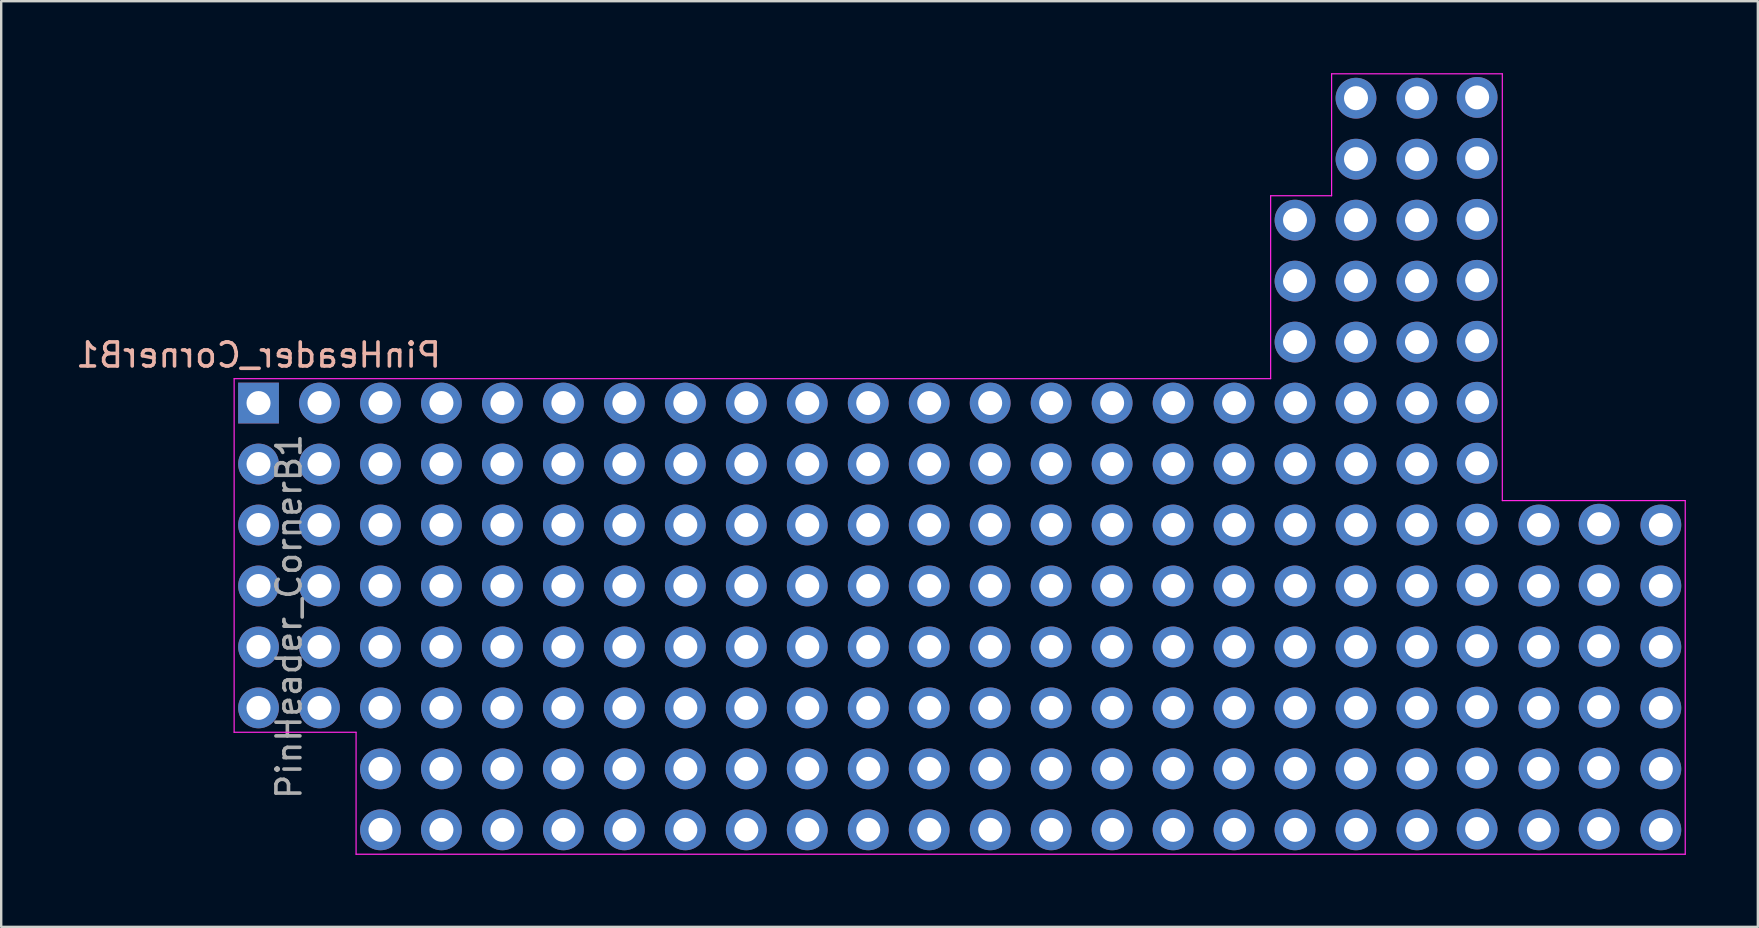
<source format=kicad_pcb>
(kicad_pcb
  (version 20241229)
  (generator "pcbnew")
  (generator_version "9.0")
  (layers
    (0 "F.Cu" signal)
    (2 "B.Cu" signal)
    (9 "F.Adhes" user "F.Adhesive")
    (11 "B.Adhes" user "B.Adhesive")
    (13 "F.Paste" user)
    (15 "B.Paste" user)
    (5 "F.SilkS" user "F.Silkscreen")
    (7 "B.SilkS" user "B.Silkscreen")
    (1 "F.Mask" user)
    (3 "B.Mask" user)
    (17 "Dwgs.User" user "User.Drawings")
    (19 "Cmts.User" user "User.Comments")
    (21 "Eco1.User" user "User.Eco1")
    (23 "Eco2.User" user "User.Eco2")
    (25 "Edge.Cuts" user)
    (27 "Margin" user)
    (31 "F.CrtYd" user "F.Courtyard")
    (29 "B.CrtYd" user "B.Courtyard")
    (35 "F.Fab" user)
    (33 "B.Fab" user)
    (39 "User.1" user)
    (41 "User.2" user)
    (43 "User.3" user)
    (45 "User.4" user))
  (footprint "PinHeader_CornerB1"
    (layer "F.Cu")
    (at 7.72 13.741)
    (property "Reference" "PinHeader_CornerB1" (at 0 -2 0) (layer "B.SilkS") (effects (font (size 1 1) (thickness 0.15)) (justify mirror)))
    (attr through_hole exclude_from_bom)
    (fp_line (start -1.016 -1.016) (end 42.164 -1.016) (stroke (width 0.05) (type default)) (layer "F.CrtYd"))
    (fp_line (start -1.016 13.716) (end -1.016 -1.016) (stroke (width 0.05) (type default)) (layer "F.CrtYd"))
    (fp_line (start 4.064 13.716) (end -1.016 13.716) (stroke (width 0.05) (type default)) (layer "F.CrtYd"))
    (fp_line (start 4.064 18.796) (end 4.064 13.716) (stroke (width 0.05) (type default)) (layer "F.CrtYd"))
    (fp_line (start 42.164 -8.636) (end 44.704 -8.636) (stroke (width 0.05) (type default)) (layer "F.CrtYd"))
    (fp_line (start 42.164 -1.016) (end 42.164 -8.636) (stroke (width 0.05) (type default)) (layer "F.CrtYd"))
    (fp_line (start 44.704 -13.716) (end 51.816 -13.716) (stroke (width 0.05) (type default)) (layer "F.CrtYd"))
    (fp_line (start 44.704 -8.636) (end 44.704 -13.716) (stroke (width 0.05) (type default)) (layer "F.CrtYd"))
    (fp_line (start 51.816 -13.716) (end 51.816 4.064) (stroke (width 0.05) (type default)) (layer "F.CrtYd"))
    (fp_line (start 51.816 4.064) (end 59.436 4.064) (stroke (width 0.05) (type default)) (layer "F.CrtYd"))
    (fp_line (start 59.436 4.064) (end 59.436 18.796) (stroke (width 0.05) (type default)) (layer "F.CrtYd"))
    (fp_line (start 59.436 18.796) (end 4.064 18.796) (stroke (width 0.05) (type default)) (layer "F.CrtYd"))
    (fp_text user "${REFERENCE}" (at 1.27 8.89 270) (layer "F.Fab") (effects (font (size 1 1) (thickness 0.15))))
    (pad "1" thru_hole rect (at 0 0) (size 1.7 1.7) (drill 1) (layers "*.Cu" "*.Mask"))
    (pad "2" thru_hole oval (at 0 2.54) (size 1.7 1.7) (drill 1) (layers "*.Cu" "*.Mask"))
    (pad "3" thru_hole oval (at 0 5.08) (size 1.7 1.7) (drill 1) (layers "*.Cu" "*.Mask"))
    (pad "4" thru_hole oval (at 0 7.62) (size 1.7 1.7) (drill 1) (layers "*.Cu" "*.Mask"))
    (pad "5" thru_hole oval (at 0 10.16) (size 1.7 1.7) (drill 1) (layers "*.Cu" "*.Mask"))
    (pad "6" thru_hole oval (at 0 12.7) (size 1.7 1.7) (drill 1) (layers "*.Cu" "*.Mask"))
    (pad "7" thru_hole oval (at 2.54 0) (size 1.7 1.7) (drill 1) (layers "*.Cu" "*.Mask"))
    (pad "8" thru_hole oval (at 2.54 2.54) (size 1.7 1.7) (drill 1) (layers "*.Cu" "*.Mask"))
    (pad "9" thru_hole oval (at 2.54 5.08) (size 1.7 1.7) (drill 1) (layers "*.Cu" "*.Mask"))
    (pad "10" thru_hole oval (at 2.54 7.62) (size 1.7 1.7) (drill 1) (layers "*.Cu" "*.Mask"))
    (pad "11" thru_hole oval (at 2.54 10.16) (size 1.7 1.7) (drill 1) (layers "*.Cu" "*.Mask"))
    (pad "12" thru_hole oval (at 2.54 12.7) (size 1.7 1.7) (drill 1) (layers "*.Cu" "*.Mask"))
    (pad "13" thru_hole oval (at 5.08 0) (size 1.7 1.7) (drill 1) (layers "*.Cu" "*.Mask"))
    (pad "14" thru_hole oval (at 5.08 2.54) (size 1.7 1.7) (drill 1) (layers "*.Cu" "*.Mask"))
    (pad "15" thru_hole oval (at 5.08 5.08) (size 1.7 1.7) (drill 1) (layers "*.Cu" "*.Mask"))
    (pad "16" thru_hole oval (at 5.08 7.62) (size 1.7 1.7) (drill 1) (layers "*.Cu" "*.Mask"))
    (pad "17" thru_hole oval (at 5.08 10.16) (size 1.7 1.7) (drill 1) (layers "*.Cu" "*.Mask"))
    (pad "18" thru_hole oval (at 5.08 12.7) (size 1.7 1.7) (drill 1) (layers "*.Cu" "*.Mask"))
    (pad "19" thru_hole oval (at 5.08 15.24) (size 1.7 1.7) (drill 1) (layers "*.Cu" "*.Mask"))
    (pad "20" thru_hole oval (at 5.08 17.78) (size 1.7 1.7) (drill 1) (layers "*.Cu" "*.Mask"))
    (pad "21" thru_hole oval (at 7.62 0) (size 1.7 1.7) (drill 1) (layers "*.Cu" "*.Mask"))
    (pad "22" thru_hole oval (at 7.62 2.54) (size 1.7 1.7) (drill 1) (layers "*.Cu" "*.Mask"))
    (pad "23" thru_hole oval (at 7.62 5.08) (size 1.7 1.7) (drill 1) (layers "*.Cu" "*.Mask"))
    (pad "24" thru_hole oval (at 7.62 7.62) (size 1.7 1.7) (drill 1) (layers "*.Cu" "*.Mask"))
    (pad "25" thru_hole oval (at 7.62 10.16) (size 1.7 1.7) (drill 1) (layers "*.Cu" "*.Mask"))
    (pad "26" thru_hole oval (at 7.62 12.7) (size 1.7 1.7) (drill 1) (layers "*.Cu" "*.Mask"))
    (pad "27" thru_hole oval (at 7.62 15.24) (size 1.7 1.7) (drill 1) (layers "*.Cu" "*.Mask"))
    (pad "28" thru_hole oval (at 7.62 17.78) (size 1.7 1.7) (drill 1) (layers "*.Cu" "*.Mask"))
    (pad "29" thru_hole oval (at 10.16 0) (size 1.7 1.7) (drill 1) (layers "*.Cu" "*.Mask"))
    (pad "30" thru_hole oval (at 10.16 2.54) (size 1.7 1.7) (drill 1) (layers "*.Cu" "*.Mask"))
    (pad "31" thru_hole oval (at 10.16 5.08) (size 1.7 1.7) (drill 1) (layers "*.Cu" "*.Mask"))
    (pad "32" thru_hole oval (at 10.16 7.62) (size 1.7 1.7) (drill 1) (layers "*.Cu" "*.Mask"))
    (pad "33" thru_hole oval (at 10.16 10.16) (size 1.7 1.7) (drill 1) (layers "*.Cu" "*.Mask"))
    (pad "34" thru_hole oval (at 10.16 12.7) (size 1.7 1.7) (drill 1) (layers "*.Cu" "*.Mask"))
    (pad "35" thru_hole oval (at 10.16 15.24) (size 1.7 1.7) (drill 1) (layers "*.Cu" "*.Mask"))
    (pad "36" thru_hole oval (at 10.16 17.78) (size 1.7 1.7) (drill 1) (layers "*.Cu" "*.Mask"))
    (pad "37" thru_hole oval (at 12.7 0) (size 1.7 1.7) (drill 1) (layers "*.Cu" "*.Mask"))
    (pad "38" thru_hole oval (at 12.7 2.54) (size 1.7 1.7) (drill 1) (layers "*.Cu" "*.Mask"))
    (pad "39" thru_hole oval (at 12.7 5.08) (size 1.7 1.7) (drill 1) (layers "*.Cu" "*.Mask"))
    (pad "40" thru_hole oval (at 12.7 7.62) (size 1.7 1.7) (drill 1) (layers "*.Cu" "*.Mask"))
    (pad "41" thru_hole oval (at 12.7 10.16) (size 1.7 1.7) (drill 1) (layers "*.Cu" "*.Mask"))
    (pad "42" thru_hole oval (at 12.7 12.7) (size 1.7 1.7) (drill 1) (layers "*.Cu" "*.Mask"))
    (pad "43" thru_hole oval (at 12.7 15.24) (size 1.7 1.7) (drill 1) (layers "*.Cu" "*.Mask"))
    (pad "44" thru_hole oval (at 12.7 17.78) (size 1.7 1.7) (drill 1) (layers "*.Cu" "*.Mask"))
    (pad "45" thru_hole oval (at 15.24 0) (size 1.7 1.7) (drill 1) (layers "*.Cu" "*.Mask"))
    (pad "46" thru_hole oval (at 15.24 2.54) (size 1.7 1.7) (drill 1) (layers "*.Cu" "*.Mask"))
    (pad "47" thru_hole oval (at 15.24 5.08) (size 1.7 1.7) (drill 1) (layers "*.Cu" "*.Mask"))
    (pad "48" thru_hole oval (at 15.24 7.62) (size 1.7 1.7) (drill 1) (layers "*.Cu" "*.Mask"))
    (pad "49" thru_hole oval (at 15.24 10.16) (size 1.7 1.7) (drill 1) (layers "*.Cu" "*.Mask"))
    (pad "50" thru_hole oval (at 15.24 12.7) (size 1.7 1.7) (drill 1) (layers "*.Cu" "*.Mask"))
    (pad "51" thru_hole oval (at 15.24 15.24) (size 1.7 1.7) (drill 1) (layers "*.Cu" "*.Mask"))
    (pad "52" thru_hole oval (at 15.24 17.78) (size 1.7 1.7) (drill 1) (layers "*.Cu" "*.Mask"))
    (pad "53" thru_hole oval (at 17.78 0) (size 1.7 1.7) (drill 1) (layers "*.Cu" "*.Mask"))
    (pad "54" thru_hole oval (at 17.78 2.54) (size 1.7 1.7) (drill 1) (layers "*.Cu" "*.Mask"))
    (pad "55" thru_hole oval (at 17.78 5.08) (size 1.7 1.7) (drill 1) (layers "*.Cu" "*.Mask"))
    (pad "56" thru_hole oval (at 17.78 7.62) (size 1.7 1.7) (drill 1) (layers "*.Cu" "*.Mask"))
    (pad "57" thru_hole oval (at 17.78 10.16) (size 1.7 1.7) (drill 1) (layers "*.Cu" "*.Mask"))
    (pad "58" thru_hole oval (at 17.78 12.7) (size 1.7 1.7) (drill 1) (layers "*.Cu" "*.Mask"))
    (pad "59" thru_hole oval (at 17.78 15.24) (size 1.7 1.7) (drill 1) (layers "*.Cu" "*.Mask"))
    (pad "60" thru_hole oval (at 17.78 17.78) (size 1.7 1.7) (drill 1) (layers "*.Cu" "*.Mask"))
    (pad "61" thru_hole oval (at 20.32 0) (size 1.7 1.7) (drill 1) (layers "*.Cu" "*.Mask"))
    (pad "62" thru_hole oval (at 20.32 2.54) (size 1.7 1.7) (drill 1) (layers "*.Cu" "*.Mask"))
    (pad "63" thru_hole oval (at 20.32 5.08) (size 1.7 1.7) (drill 1) (layers "*.Cu" "*.Mask"))
    (pad "64" thru_hole oval (at 20.32 7.62) (size 1.7 1.7) (drill 1) (layers "*.Cu" "*.Mask"))
    (pad "65" thru_hole oval (at 20.32 10.16) (size 1.7 1.7) (drill 1) (layers "*.Cu" "*.Mask"))
    (pad "66" thru_hole oval (at 20.32 12.7) (size 1.7 1.7) (drill 1) (layers "*.Cu" "*.Mask"))
    (pad "67" thru_hole oval (at 20.32 15.24) (size 1.7 1.7) (drill 1) (layers "*.Cu" "*.Mask"))
    (pad "68" thru_hole oval (at 20.32 17.78) (size 1.7 1.7) (drill 1) (layers "*.Cu" "*.Mask"))
    (pad "69" thru_hole oval (at 22.86 0) (size 1.7 1.7) (drill 1) (layers "*.Cu" "*.Mask"))
    (pad "70" thru_hole oval (at 22.86 2.54) (size 1.7 1.7) (drill 1) (layers "*.Cu" "*.Mask"))
    (pad "71" thru_hole oval (at 22.86 5.08) (size 1.7 1.7) (drill 1) (layers "*.Cu" "*.Mask"))
    (pad "72" thru_hole oval (at 22.86 7.62) (size 1.7 1.7) (drill 1) (layers "*.Cu" "*.Mask"))
    (pad "73" thru_hole oval (at 22.86 10.16) (size 1.7 1.7) (drill 1) (layers "*.Cu" "*.Mask"))
    (pad "74" thru_hole oval (at 22.86 12.7) (size 1.7 1.7) (drill 1) (layers "*.Cu" "*.Mask"))
    (pad "75" thru_hole oval (at 22.86 15.24) (size 1.7 1.7) (drill 1) (layers "*.Cu" "*.Mask"))
    (pad "76" thru_hole oval (at 22.86 17.78) (size 1.7 1.7) (drill 1) (layers "*.Cu" "*.Mask"))
    (pad "77" thru_hole oval (at 25.4 0) (size 1.7 1.7) (drill 1) (layers "*.Cu" "*.Mask"))
    (pad "78" thru_hole oval (at 25.4 2.54) (size 1.7 1.7) (drill 1) (layers "*.Cu" "*.Mask"))
    (pad "79" thru_hole oval (at 25.4 5.08) (size 1.7 1.7) (drill 1) (layers "*.Cu" "*.Mask"))
    (pad "80" thru_hole oval (at 25.4 7.62) (size 1.7 1.7) (drill 1) (layers "*.Cu" "*.Mask"))
    (pad "81" thru_hole oval (at 25.4 10.16) (size 1.7 1.7) (drill 1) (layers "*.Cu" "*.Mask"))
    (pad "82" thru_hole oval (at 25.4 12.7) (size 1.7 1.7) (drill 1) (layers "*.Cu" "*.Mask"))
    (pad "83" thru_hole oval (at 25.4 15.24) (size 1.7 1.7) (drill 1) (layers "*.Cu" "*.Mask"))
    (pad "84" thru_hole oval (at 25.4 17.78) (size 1.7 1.7) (drill 1) (layers "*.Cu" "*.Mask"))
    (pad "85" thru_hole oval (at 27.94 0) (size 1.7 1.7) (drill 1) (layers "*.Cu" "*.Mask"))
    (pad "86" thru_hole oval (at 27.94 2.54) (size 1.7 1.7) (drill 1) (layers "*.Cu" "*.Mask"))
    (pad "87" thru_hole oval (at 27.94 5.08) (size 1.7 1.7) (drill 1) (layers "*.Cu" "*.Mask"))
    (pad "88" thru_hole oval (at 27.94 7.62) (size 1.7 1.7) (drill 1) (layers "*.Cu" "*.Mask"))
    (pad "89" thru_hole oval (at 27.94 10.16) (size 1.7 1.7) (drill 1) (layers "*.Cu" "*.Mask"))
    (pad "90" thru_hole oval (at 27.94 12.7) (size 1.7 1.7) (drill 1) (layers "*.Cu" "*.Mask"))
    (pad "91" thru_hole oval (at 27.94 15.24) (size 1.7 1.7) (drill 1) (layers "*.Cu" "*.Mask"))
    (pad "92" thru_hole oval (at 27.94 17.78) (size 1.7 1.7) (drill 1) (layers "*.Cu" "*.Mask"))
    (pad "93" thru_hole oval (at 30.48 0) (size 1.7 1.7) (drill 1) (layers "*.Cu" "*.Mask"))
    (pad "94" thru_hole oval (at 30.48 2.54) (size 1.7 1.7) (drill 1) (layers "*.Cu" "*.Mask"))
    (pad "95" thru_hole oval (at 30.48 5.08) (size 1.7 1.7) (drill 1) (layers "*.Cu" "*.Mask"))
    (pad "96" thru_hole oval (at 30.48 7.62) (size 1.7 1.7) (drill 1) (layers "*.Cu" "*.Mask"))
    (pad "97" thru_hole oval (at 30.48 10.16) (size 1.7 1.7) (drill 1) (layers "*.Cu" "*.Mask"))
    (pad "98" thru_hole oval (at 30.48 12.7) (size 1.7 1.7) (drill 1) (layers "*.Cu" "*.Mask"))
    (pad "99" thru_hole oval (at 30.48 15.24) (size 1.7 1.7) (drill 1) (layers "*.Cu" "*.Mask"))
    (pad "100" thru_hole oval (at 30.48 17.78) (size 1.7 1.7) (drill 1) (layers "*.Cu" "*.Mask"))
    (pad "101" thru_hole oval (at 33.02 0) (size 1.7 1.7) (drill 1) (layers "*.Cu" "*.Mask"))
    (pad "102" thru_hole oval (at 33.02 2.54) (size 1.7 1.7) (drill 1) (layers "*.Cu" "*.Mask"))
    (pad "103" thru_hole oval (at 33.02 5.08) (size 1.7 1.7) (drill 1) (layers "*.Cu" "*.Mask"))
    (pad "104" thru_hole oval (at 33.02 7.62) (size 1.7 1.7) (drill 1) (layers "*.Cu" "*.Mask"))
    (pad "105" thru_hole oval (at 33.02 10.16) (size 1.7 1.7) (drill 1) (layers "*.Cu" "*.Mask"))
    (pad "106" thru_hole oval (at 33.02 12.7) (size 1.7 1.7) (drill 1) (layers "*.Cu" "*.Mask"))
    (pad "107" thru_hole oval (at 33.02 15.24) (size 1.7 1.7) (drill 1) (layers "*.Cu" "*.Mask"))
    (pad "108" thru_hole oval (at 33.02 17.78) (size 1.7 1.7) (drill 1) (layers "*.Cu" "*.Mask"))
    (pad "109" thru_hole oval (at 35.56 0) (size 1.7 1.7) (drill 1) (layers "*.Cu" "*.Mask"))
    (pad "110" thru_hole oval (at 35.56 2.54) (size 1.7 1.7) (drill 1) (layers "*.Cu" "*.Mask"))
    (pad "111" thru_hole oval (at 35.56 5.08) (size 1.7 1.7) (drill 1) (layers "*.Cu" "*.Mask"))
    (pad "112" thru_hole oval (at 35.56 7.62) (size 1.7 1.7) (drill 1) (layers "*.Cu" "*.Mask"))
    (pad "113" thru_hole oval (at 35.56 10.16) (size 1.7 1.7) (drill 1) (layers "*.Cu" "*.Mask"))
    (pad "114" thru_hole oval (at 35.56 12.7) (size 1.7 1.7) (drill 1) (layers "*.Cu" "*.Mask"))
    (pad "115" thru_hole oval (at 35.56 15.24) (size 1.7 1.7) (drill 1) (layers "*.Cu" "*.Mask"))
    (pad "116" thru_hole oval (at 35.56 17.78) (size 1.7 1.7) (drill 1) (layers "*.Cu" "*.Mask"))
    (pad "117" thru_hole oval (at 38.1 0) (size 1.7 1.7) (drill 1) (layers "*.Cu" "*.Mask"))
    (pad "118" thru_hole oval (at 38.1 2.54) (size 1.7 1.7) (drill 1) (layers "*.Cu" "*.Mask"))
    (pad "119" thru_hole oval (at 38.1 5.08) (size 1.7 1.7) (drill 1) (layers "*.Cu" "*.Mask"))
    (pad "120" thru_hole oval (at 38.1 7.62) (size 1.7 1.7) (drill 1) (layers "*.Cu" "*.Mask"))
    (pad "121" thru_hole oval (at 38.1 10.16) (size 1.7 1.7) (drill 1) (layers "*.Cu" "*.Mask"))
    (pad "122" thru_hole oval (at 38.1 12.7) (size 1.7 1.7) (drill 1) (layers "*.Cu" "*.Mask"))
    (pad "123" thru_hole oval (at 38.1 15.24) (size 1.7 1.7) (drill 1) (layers "*.Cu" "*.Mask"))
    (pad "124" thru_hole oval (at 38.1 17.78) (size 1.7 1.7) (drill 1) (layers "*.Cu" "*.Mask"))
    (pad "125" thru_hole oval (at 40.64 0) (size 1.7 1.7) (drill 1) (layers "*.Cu" "*.Mask"))
    (pad "126" thru_hole oval (at 40.64 2.54) (size 1.7 1.7) (drill 1) (layers "*.Cu" "*.Mask"))
    (pad "127" thru_hole oval (at 40.64 5.08) (size 1.7 1.7) (drill 1) (layers "*.Cu" "*.Mask"))
    (pad "128" thru_hole oval (at 40.64 7.62) (size 1.7 1.7) (drill 1) (layers "*.Cu" "*.Mask"))
    (pad "129" thru_hole oval (at 40.64 10.16) (size 1.7 1.7) (drill 1) (layers "*.Cu" "*.Mask"))
    (pad "130" thru_hole oval (at 40.64 12.7) (size 1.7 1.7) (drill 1) (layers "*.Cu" "*.Mask"))
    (pad "131" thru_hole oval (at 40.64 15.24) (size 1.7 1.7) (drill 1) (layers "*.Cu" "*.Mask"))
    (pad "132" thru_hole oval (at 40.64 17.78) (size 1.7 1.7) (drill 1) (layers "*.Cu" "*.Mask"))
    (pad "133" thru_hole oval (at 43.18 -7.62) (size 1.7 1.7) (drill 1) (layers "*.Cu" "*.Mask"))
    (pad "134" thru_hole oval (at 43.18 -5.08) (size 1.7 1.7) (drill 1) (layers "*.Cu" "*.Mask"))
    (pad "135" thru_hole oval (at 43.18 -2.54) (size 1.7 1.7) (drill 1) (layers "*.Cu" "*.Mask"))
    (pad "136" thru_hole oval (at 43.18 0) (size 1.7 1.7) (drill 1) (layers "*.Cu" "*.Mask"))
    (pad "137" thru_hole oval (at 43.18 2.54) (size 1.7 1.7) (drill 1) (layers "*.Cu" "*.Mask"))
    (pad "138" thru_hole oval (at 43.18 5.08) (size 1.7 1.7) (drill 1) (layers "*.Cu" "*.Mask"))
    (pad "139" thru_hole oval (at 43.18 7.62) (size 1.7 1.7) (drill 1) (layers "*.Cu" "*.Mask"))
    (pad "140" thru_hole oval (at 43.18 10.16) (size 1.7 1.7) (drill 1) (layers "*.Cu" "*.Mask"))
    (pad "141" thru_hole oval (at 43.18 12.7) (size 1.7 1.7) (drill 1) (layers "*.Cu" "*.Mask"))
    (pad "142" thru_hole oval (at 43.18 15.24) (size 1.7 1.7) (drill 1) (layers "*.Cu" "*.Mask"))
    (pad "143" thru_hole oval (at 43.18 17.78) (size 1.7 1.7) (drill 1) (layers "*.Cu" "*.Mask"))
    (pad "144" thru_hole oval (at 45.72 -12.7) (size 1.7 1.7) (drill 1) (layers "*.Cu" "*.Mask"))
    (pad "145" thru_hole oval (at 45.72 -10.16) (size 1.7 1.7) (drill 1) (layers "*.Cu" "*.Mask"))
    (pad "146" thru_hole oval (at 45.72 -7.62) (size 1.7 1.7) (drill 1) (layers "*.Cu" "*.Mask"))
    (pad "147" thru_hole oval (at 45.72 -5.08) (size 1.7 1.7) (drill 1) (layers "*.Cu" "*.Mask"))
    (pad "148" thru_hole oval (at 45.72 -2.54) (size 1.7 1.7) (drill 1) (layers "*.Cu" "*.Mask"))
    (pad "149" thru_hole oval (at 45.72 0) (size 1.7 1.7) (drill 1) (layers "*.Cu" "*.Mask"))
    (pad "150" thru_hole oval (at 45.72 2.54) (size 1.7 1.7) (drill 1) (layers "*.Cu" "*.Mask"))
    (pad "151" thru_hole oval (at 45.72 5.08) (size 1.7 1.7) (drill 1) (layers "*.Cu" "*.Mask"))
    (pad "152" thru_hole oval (at 45.72 7.62) (size 1.7 1.7) (drill 1) (layers "*.Cu" "*.Mask"))
    (pad "153" thru_hole oval (at 45.72 10.16) (size 1.7 1.7) (drill 1) (layers "*.Cu" "*.Mask"))
    (pad "154" thru_hole oval (at 45.72 12.7) (size 1.7 1.7) (drill 1) (layers "*.Cu" "*.Mask"))
    (pad "155" thru_hole oval (at 45.72 15.24) (size 1.7 1.7) (drill 1) (layers "*.Cu" "*.Mask"))
    (pad "156" thru_hole oval (at 45.72 17.78) (size 1.7 1.7) (drill 1) (layers "*.Cu" "*.Mask"))
    (pad "157" thru_hole oval (at 48.26 -12.7) (size 1.7 1.7) (drill 1) (layers "*.Cu" "*.Mask"))
    (pad "158" thru_hole oval (at 48.26 -10.16) (size 1.7 1.7) (drill 1) (layers "*.Cu" "*.Mask"))
    (pad "159" thru_hole oval (at 48.26 -7.62) (size 1.7 1.7) (drill 1) (layers "*.Cu" "*.Mask"))
    (pad "160" thru_hole oval (at 48.26 -5.08) (size 1.7 1.7) (drill 1) (layers "*.Cu" "*.Mask"))
    (pad "161" thru_hole oval (at 48.26 -2.54) (size 1.7 1.7) (drill 1) (layers "*.Cu" "*.Mask"))
    (pad "162" thru_hole oval (at 48.26 0) (size 1.7 1.7) (drill 1) (layers "*.Cu" "*.Mask"))
    (pad "163" thru_hole oval (at 48.26 2.54) (size 1.7 1.7) (drill 1) (layers "*.Cu" "*.Mask"))
    (pad "164" thru_hole oval (at 48.26 5.08) (size 1.7 1.7) (drill 1) (layers "*.Cu" "*.Mask"))
    (pad "165" thru_hole oval (at 48.26 7.62) (size 1.7 1.7) (drill 1) (layers "*.Cu" "*.Mask"))
    (pad "166" thru_hole oval (at 48.26 10.16) (size 1.7 1.7) (drill 1) (layers "*.Cu" "*.Mask"))
    (pad "167" thru_hole oval (at 48.26 12.7) (size 1.7 1.7) (drill 1) (layers "*.Cu" "*.Mask"))
    (pad "168" thru_hole oval (at 48.26 15.24) (size 1.7 1.7) (drill 1) (layers "*.Cu" "*.Mask"))
    (pad "169" thru_hole oval (at 48.26 17.78) (size 1.7 1.7) (drill 1) (layers "*.Cu" "*.Mask"))
    (pad "170" thru_hole oval (at 50.766 -12.733) (size 1.7 1.7) (drill 1) (layers "*.Cu" "*.Mask"))
    (pad "171" thru_hole oval (at 50.766 -10.193) (size 1.7 1.7) (drill 1) (layers "*.Cu" "*.Mask"))
    (pad "172" thru_hole oval (at 50.766 -7.653) (size 1.7 1.7) (drill 1) (layers "*.Cu" "*.Mask"))
    (pad "173" thru_hole oval (at 50.766 -5.113) (size 1.7 1.7) (drill 1) (layers "*.Cu" "*.Mask"))
    (pad "174" thru_hole oval (at 50.766 -2.573) (size 1.7 1.7) (drill 1) (layers "*.Cu" "*.Mask"))
    (pad "175" thru_hole oval (at 50.766 -0.033) (size 1.7 1.7) (drill 1) (layers "*.Cu" "*.Mask"))
    (pad "176" thru_hole oval (at 50.766 2.507) (size 1.7 1.7) (drill 1) (layers "*.Cu" "*.Mask"))
    (pad "177" thru_hole oval (at 50.766 5.047) (size 1.7 1.7) (drill 1) (layers "*.Cu" "*.Mask"))
    (pad "178" thru_hole oval (at 50.766 7.587) (size 1.7 1.7) (drill 1) (layers "*.Cu" "*.Mask"))
    (pad "179" thru_hole oval (at 50.766 10.127) (size 1.7 1.7) (drill 1) (layers "*.Cu" "*.Mask"))
    (pad "180" thru_hole oval (at 50.766 12.667) (size 1.7 1.7) (drill 1) (layers "*.Cu" "*.Mask"))
    (pad "181" thru_hole oval (at 50.766 15.207) (size 1.7 1.7) (drill 1) (layers "*.Cu" "*.Mask"))
    (pad "182" thru_hole oval (at 50.766 17.747) (size 1.7 1.7) (drill 1) (layers "*.Cu" "*.Mask"))
    (pad "183" thru_hole oval (at 53.34 5.08) (size 1.7 1.7) (drill 1) (layers "*.Cu" "*.Mask"))
    (pad "184" thru_hole oval (at 53.34 7.62) (size 1.7 1.7) (drill 1) (layers "*.Cu" "*.Mask"))
    (pad "185" thru_hole oval (at 53.34 10.16) (size 1.7 1.7) (drill 1) (layers "*.Cu" "*.Mask"))
    (pad "186" thru_hole oval (at 53.34 12.7) (size 1.7 1.7) (drill 1) (layers "*.Cu" "*.Mask"))
    (pad "187" thru_hole oval (at 53.34 15.24) (size 1.7 1.7) (drill 1) (layers "*.Cu" "*.Mask"))
    (pad "188" thru_hole oval (at 53.34 17.78) (size 1.7 1.7) (drill 1) (layers "*.Cu" "*.Mask"))
    (pad "189" thru_hole oval (at 55.846 5.047) (size 1.7 1.7) (drill 1) (layers "*.Cu" "*.Mask"))
    (pad "190" thru_hole oval (at 55.846 7.587) (size 1.7 1.7) (drill 1) (layers "*.Cu" "*.Mask"))
    (pad "191" thru_hole oval (at 55.846 10.127) (size 1.7 1.7) (drill 1) (layers "*.Cu" "*.Mask"))
    (pad "192" thru_hole oval (at 55.846 12.667) (size 1.7 1.7) (drill 1) (layers "*.Cu" "*.Mask"))
    (pad "193" thru_hole oval (at 55.846 15.207) (size 1.7 1.7) (drill 1) (layers "*.Cu" "*.Mask"))
    (pad "194" thru_hole oval (at 55.846 17.747) (size 1.7 1.7) (drill 1) (layers "*.Cu" "*.Mask"))
    (pad "195" thru_hole oval (at 58.42 5.08) (size 1.7 1.7) (drill 1) (layers "*.Cu" "*.Mask"))
    (pad "196" thru_hole oval (at 58.42 7.62) (size 1.7 1.7) (drill 1) (layers "*.Cu" "*.Mask"))
    (pad "197" thru_hole oval (at 58.42 10.16) (size 1.7 1.7) (drill 1) (layers "*.Cu" "*.Mask"))
    (pad "198" thru_hole oval (at 58.42 12.7) (size 1.7 1.7) (drill 1) (layers "*.Cu" "*.Mask"))
    (pad "199" thru_hole oval (at 58.42 15.24) (size 1.7 1.7) (drill 1) (layers "*.Cu" "*.Mask"))
    (pad "200" thru_hole oval (at 58.42 17.78) (size 1.7 1.7) (drill 1) (layers "*.Cu" "*.Mask")))
  (gr_rect
    (start -3 -3)
    (end 70.181 35.562)
    (stroke (width 0.1) (type default))
    (fill no)
    (layer "Edge.Cuts")))
</source>
